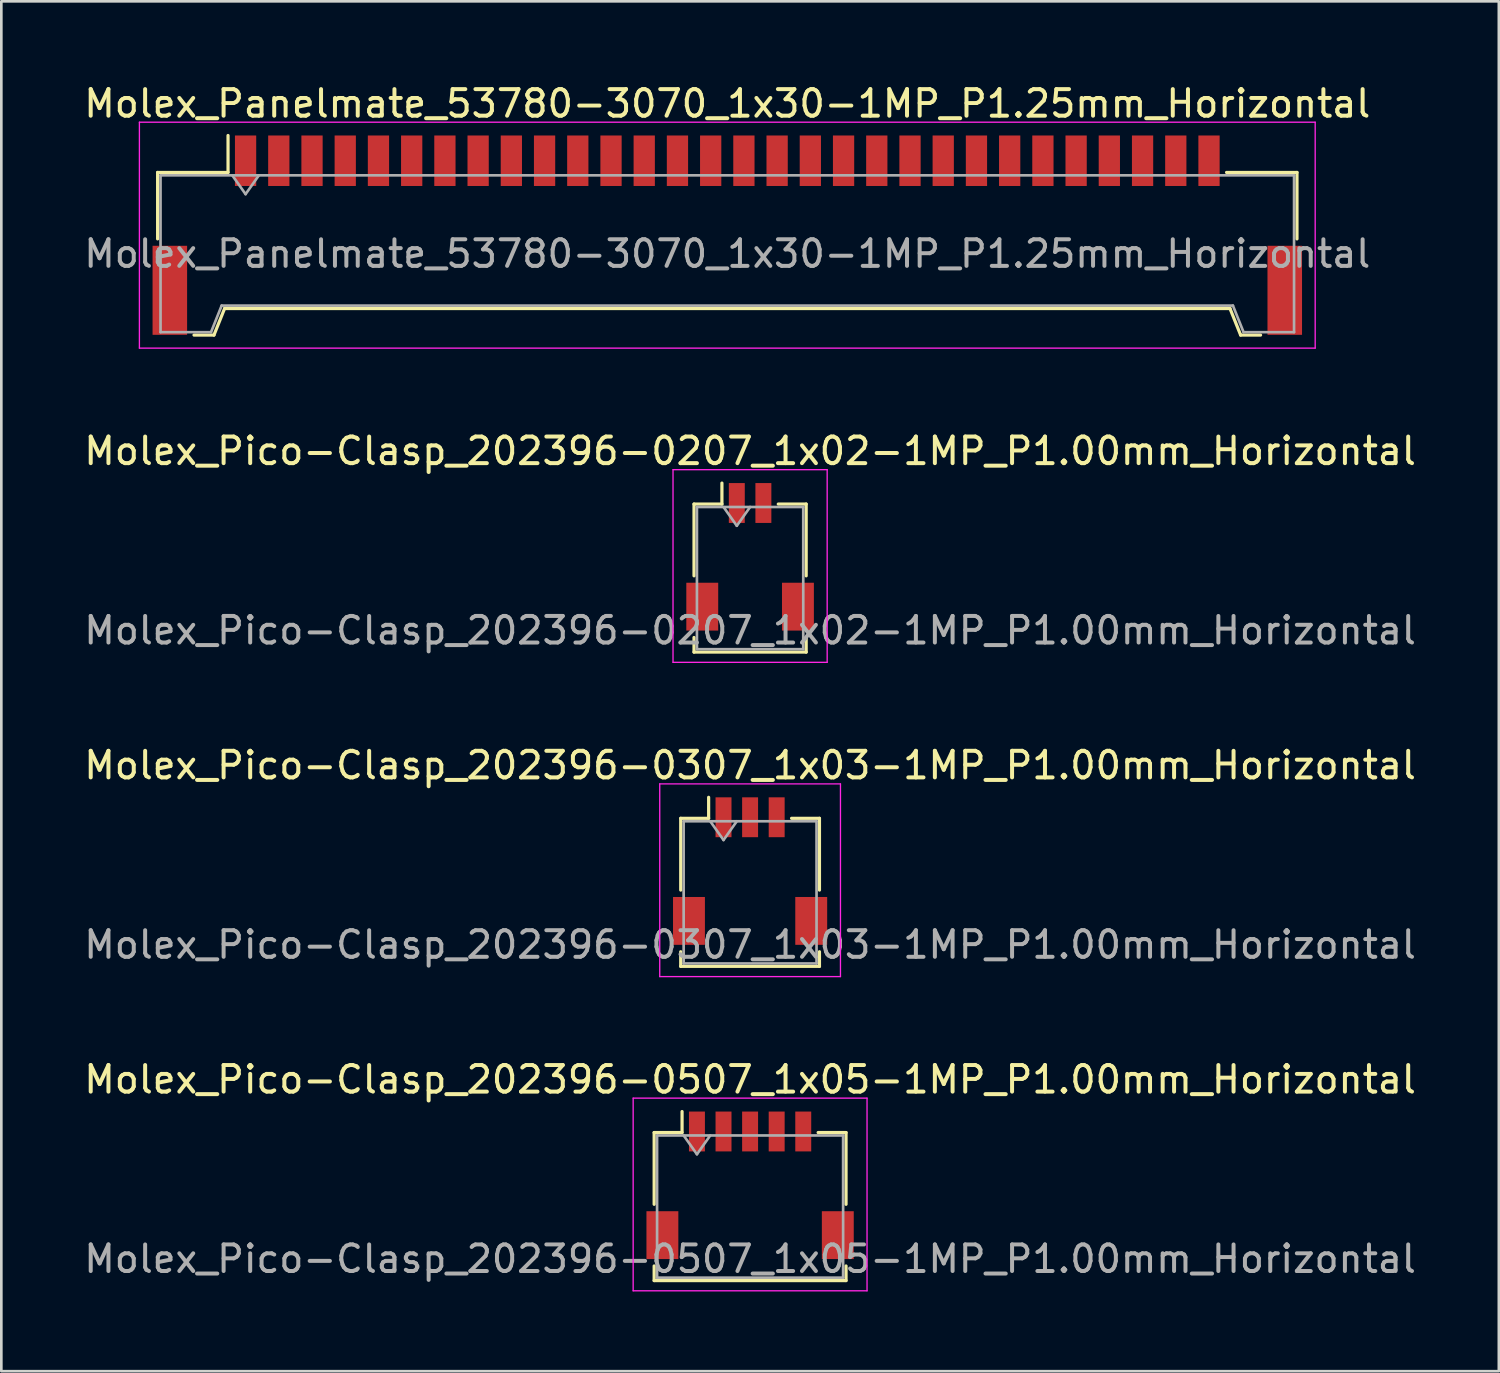
<source format=kicad_pcb>
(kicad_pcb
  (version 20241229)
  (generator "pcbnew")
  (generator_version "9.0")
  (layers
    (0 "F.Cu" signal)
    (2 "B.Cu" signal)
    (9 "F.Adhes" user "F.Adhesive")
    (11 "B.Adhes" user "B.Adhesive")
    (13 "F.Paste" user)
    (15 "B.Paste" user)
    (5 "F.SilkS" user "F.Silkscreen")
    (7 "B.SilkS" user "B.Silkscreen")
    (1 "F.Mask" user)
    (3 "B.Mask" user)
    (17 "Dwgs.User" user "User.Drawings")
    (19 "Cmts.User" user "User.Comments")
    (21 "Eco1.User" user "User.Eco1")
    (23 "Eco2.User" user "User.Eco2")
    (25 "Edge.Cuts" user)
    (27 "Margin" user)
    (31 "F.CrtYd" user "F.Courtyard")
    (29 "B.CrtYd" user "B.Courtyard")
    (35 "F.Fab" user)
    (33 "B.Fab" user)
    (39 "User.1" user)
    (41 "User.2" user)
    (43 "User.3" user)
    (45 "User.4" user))
  (footprint "Molex_Pico-Clasp_202396-0507_1x05-1MP_P1.00mm_Horizontal"
    (layer "F.Cu")
    (at 25.173 41.548)
    (property "Reference" "Molex_Pico-Clasp_202396-0507_1x05-1MP_P1.00mm_Horizontal" (at 0 -3.98 0) (layer "F.SilkS") (effects (font (size 1 1) (thickness 0.15))))
    (attr smd)
    (fp_line (start -3.61 -1.985) (end -2.56 -1.985) (stroke (width 0.12) (type solid)) (layer "F.SilkS"))
    (fp_line (start -3.61 0.715) (end -3.61 -1.985) (stroke (width 0.12) (type solid)) (layer "F.SilkS"))
    (fp_line (start -3.61 3.035) (end -3.61 3.585) (stroke (width 0.12) (type solid)) (layer "F.SilkS"))
    (fp_line (start -3.61 3.585) (end 3.61 3.585) (stroke (width 0.12) (type solid)) (layer "F.SilkS"))
    (fp_line (start -2.56 -1.985) (end -2.56 -2.775) (stroke (width 0.12) (type solid)) (layer "F.SilkS"))
    (fp_line (start 3.61 -1.985) (end 2.56 -1.985) (stroke (width 0.12) (type solid)) (layer "F.SilkS"))
    (fp_line (start 3.61 0.715) (end 3.61 -1.985) (stroke (width 0.12) (type solid)) (layer "F.SilkS"))
    (fp_line (start 3.61 3.585) (end 3.61 3.035) (stroke (width 0.12) (type solid)) (layer "F.SilkS"))
    (fp_line (start -4.4 -3.28) (end -4.4 3.97) (stroke (width 0.05) (type solid)) (layer "F.CrtYd"))
    (fp_line (start -4.4 3.97) (end 4.4 3.97) (stroke (width 0.05) (type solid)) (layer "F.CrtYd"))
    (fp_line (start 4.4 -3.28) (end -4.4 -3.28) (stroke (width 0.05) (type solid)) (layer "F.CrtYd"))
    (fp_line (start 4.4 3.97) (end 4.4 -3.28) (stroke (width 0.05) (type solid)) (layer "F.CrtYd"))
    (fp_line (start -3.5 -1.875) (end -3.5 3.475) (stroke (width 0.1) (type solid)) (layer "F.Fab"))
    (fp_line (start -3.5 -1.875) (end 3.5 -1.875) (stroke (width 0.1) (type solid)) (layer "F.Fab"))
    (fp_line (start -3.5 3.475) (end 3.5 3.475) (stroke (width 0.1) (type solid)) (layer "F.Fab"))
    (fp_line (start -2.5 -1.875) (end -2 -1.168) (stroke (width 0.1) (type solid)) (layer "F.Fab"))
    (fp_line (start -2 -1.168) (end -1.5 -1.875) (stroke (width 0.1) (type solid)) (layer "F.Fab"))
    (fp_line (start 3.5 -1.875) (end 3.5 3.475) (stroke (width 0.1) (type solid)) (layer "F.Fab"))
    (fp_text user "${REFERENCE}" (at 0 2.77 0) (layer "F.Fab") (effects (font (size 1 1) (thickness 0.15))))
    (pad "1" smd rect (at -2 -2.025) (size 0.6 1.5) (layers "F.Cu" "F.Mask" "F.Paste"))
    (pad "2" smd rect (at -1 -2.025) (size 0.6 1.5) (layers "F.Cu" "F.Mask" "F.Paste"))
    (pad "3" smd rect (at 0 -2.025) (size 0.6 1.5) (layers "F.Cu" "F.Mask" "F.Paste"))
    (pad "4" smd rect (at 1 -2.025) (size 0.6 1.5) (layers "F.Cu" "F.Mask" "F.Paste"))
    (pad "5" smd rect (at 2 -2.025) (size 0.6 1.5) (layers "F.Cu" "F.Mask" "F.Paste"))
    (pad "MP" smd rect (at -3.3 1.875) (size 1.2 1.8) (layers "F.Cu" "F.Mask" "F.Paste"))
    (pad "MP" smd rect (at 3.3 1.875) (size 1.2 1.8) (layers "F.Cu" "F.Mask" "F.Paste")))
  (footprint "Molex_Pico-Clasp_202396-0307_1x03-1MP_P1.00mm_Horizontal"
    (layer "F.Cu")
    (at 25.173 29.725)
    (property "Reference" "Molex_Pico-Clasp_202396-0307_1x03-1MP_P1.00mm_Horizontal" (at 0 -3.98 0) (layer "F.SilkS") (effects (font (size 1 1) (thickness 0.15))))
    (attr smd)
    (fp_line (start -2.61 -1.985) (end -1.56 -1.985) (stroke (width 0.12) (type solid)) (layer "F.SilkS"))
    (fp_line (start -2.61 0.715) (end -2.61 -1.985) (stroke (width 0.12) (type solid)) (layer "F.SilkS"))
    (fp_line (start -2.61 3.035) (end -2.61 3.585) (stroke (width 0.12) (type solid)) (layer "F.SilkS"))
    (fp_line (start -2.61 3.585) (end 2.61 3.585) (stroke (width 0.12) (type solid)) (layer "F.SilkS"))
    (fp_line (start -1.56 -1.985) (end -1.56 -2.775) (stroke (width 0.12) (type solid)) (layer "F.SilkS"))
    (fp_line (start 2.61 -1.985) (end 1.56 -1.985) (stroke (width 0.12) (type solid)) (layer "F.SilkS"))
    (fp_line (start 2.61 0.715) (end 2.61 -1.985) (stroke (width 0.12) (type solid)) (layer "F.SilkS"))
    (fp_line (start 2.61 3.585) (end 2.61 3.035) (stroke (width 0.12) (type solid)) (layer "F.SilkS"))
    (fp_line (start -3.4 -3.28) (end -3.4 3.97) (stroke (width 0.05) (type solid)) (layer "F.CrtYd"))
    (fp_line (start -3.4 3.97) (end 3.4 3.97) (stroke (width 0.05) (type solid)) (layer "F.CrtYd"))
    (fp_line (start 3.4 -3.28) (end -3.4 -3.28) (stroke (width 0.05) (type solid)) (layer "F.CrtYd"))
    (fp_line (start 3.4 3.97) (end 3.4 -3.28) (stroke (width 0.05) (type solid)) (layer "F.CrtYd"))
    (fp_line (start -2.5 -1.875) (end -2.5 3.475) (stroke (width 0.1) (type solid)) (layer "F.Fab"))
    (fp_line (start -2.5 -1.875) (end 2.5 -1.875) (stroke (width 0.1) (type solid)) (layer "F.Fab"))
    (fp_line (start -2.5 3.475) (end 2.5 3.475) (stroke (width 0.1) (type solid)) (layer "F.Fab"))
    (fp_line (start -1.5 -1.875) (end -1 -1.168) (stroke (width 0.1) (type solid)) (layer "F.Fab"))
    (fp_line (start -1 -1.168) (end -0.5 -1.875) (stroke (width 0.1) (type solid)) (layer "F.Fab"))
    (fp_line (start 2.5 -1.875) (end 2.5 3.475) (stroke (width 0.1) (type solid)) (layer "F.Fab"))
    (fp_text user "${REFERENCE}" (at 0 2.77 0) (layer "F.Fab") (effects (font (size 1 1) (thickness 0.15))))
    (pad "1" smd rect (at -1 -2.025) (size 0.6 1.5) (layers "F.Cu" "F.Mask" "F.Paste"))
    (pad "2" smd rect (at 0 -2.025) (size 0.6 1.5) (layers "F.Cu" "F.Mask" "F.Paste"))
    (pad "3" smd rect (at 1 -2.025) (size 0.6 1.5) (layers "F.Cu" "F.Mask" "F.Paste"))
    (pad "MP" smd rect (at -2.3 1.875) (size 1.2 1.8) (layers "F.Cu" "F.Mask" "F.Paste"))
    (pad "MP" smd rect (at 2.3 1.875) (size 1.2 1.8) (layers "F.Cu" "F.Mask" "F.Paste")))
  (footprint "Molex_Pico-Clasp_202396-0207_1x02-1MP_P1.00mm_Horizontal"
    (layer "F.Cu")
    (at 25.173 17.901)
    (property "Reference" "Molex_Pico-Clasp_202396-0207_1x02-1MP_P1.00mm_Horizontal" (at 0 -3.98 0) (layer "F.SilkS") (effects (font (size 1 1) (thickness 0.15))))
    (attr smd)
    (fp_line (start -2.11 -1.985) (end -1.06 -1.985) (stroke (width 0.12) (type solid)) (layer "F.SilkS"))
    (fp_line (start -2.11 0.715) (end -2.11 -1.985) (stroke (width 0.12) (type solid)) (layer "F.SilkS"))
    (fp_line (start -2.11 3.035) (end -2.11 3.585) (stroke (width 0.12) (type solid)) (layer "F.SilkS"))
    (fp_line (start -2.11 3.585) (end 2.11 3.585) (stroke (width 0.12) (type solid)) (layer "F.SilkS"))
    (fp_line (start -1.06 -1.985) (end -1.06 -2.775) (stroke (width 0.12) (type solid)) (layer "F.SilkS"))
    (fp_line (start 2.11 -1.985) (end 1.06 -1.985) (stroke (width 0.12) (type solid)) (layer "F.SilkS"))
    (fp_line (start 2.11 0.715) (end 2.11 -1.985) (stroke (width 0.12) (type solid)) (layer "F.SilkS"))
    (fp_line (start 2.11 3.585) (end 2.11 3.035) (stroke (width 0.12) (type solid)) (layer "F.SilkS"))
    (fp_line (start -2.9 -3.28) (end -2.9 3.97) (stroke (width 0.05) (type solid)) (layer "F.CrtYd"))
    (fp_line (start -2.9 3.97) (end 2.9 3.97) (stroke (width 0.05) (type solid)) (layer "F.CrtYd"))
    (fp_line (start 2.9 -3.28) (end -2.9 -3.28) (stroke (width 0.05) (type solid)) (layer "F.CrtYd"))
    (fp_line (start 2.9 3.97) (end 2.9 -3.28) (stroke (width 0.05) (type solid)) (layer "F.CrtYd"))
    (fp_line (start -2 -1.875) (end -2 3.475) (stroke (width 0.1) (type solid)) (layer "F.Fab"))
    (fp_line (start -2 -1.875) (end 2 -1.875) (stroke (width 0.1) (type solid)) (layer "F.Fab"))
    (fp_line (start -2 3.475) (end 2 3.475) (stroke (width 0.1) (type solid)) (layer "F.Fab"))
    (fp_line (start -1 -1.875) (end -0.5 -1.168) (stroke (width 0.1) (type solid)) (layer "F.Fab"))
    (fp_line (start -0.5 -1.168) (end 0 -1.875) (stroke (width 0.1) (type solid)) (layer "F.Fab"))
    (fp_line (start 2 -1.875) (end 2 3.475) (stroke (width 0.1) (type solid)) (layer "F.Fab"))
    (fp_text user "${REFERENCE}" (at 0 2.77 0) (layer "F.Fab") (effects (font (size 1 1) (thickness 0.15))))
    (pad "1" smd rect (at -0.5 -2.025) (size 0.6 1.5) (layers "F.Cu" "F.Mask" "F.Paste"))
    (pad "2" smd rect (at 0.5 -2.025) (size 0.6 1.5) (layers "F.Cu" "F.Mask" "F.Paste"))
    (pad "MP" smd rect (at -1.8 1.875) (size 1.2 1.8) (layers "F.Cu" "F.Mask" "F.Paste"))
    (pad "MP" smd rect (at 1.8 1.875) (size 1.2 1.8) (layers "F.Cu" "F.Mask" "F.Paste")))
  (footprint "Molex_Panelmate_53780-3070_1x30-1MP_P1.25mm_Horizontal"
    (layer "F.Cu")
    (at 24.315 5.798)
    (property "Reference" "Molex_Panelmate_53780-3070_1x30-1MP_P1.25mm_Horizontal" (at 0 -4.95 0) (layer "F.SilkS") (effects (font (size 1 1) (thickness 0.15))))
    (attr smd)
    (fp_line (start -21.435 -2.36) (end -18.785 -2.36) (stroke (width 0.12) (type solid)) (layer "F.SilkS"))
    (fp_line (start -21.435 0.14) (end -21.435 -2.36) (stroke (width 0.12) (type solid)) (layer "F.SilkS"))
    (fp_line (start -20.065 3.76) (end -19.315 3.76) (stroke (width 0.12) (type solid)) (layer "F.SilkS"))
    (fp_line (start -19.315 3.76) (end -18.915 2.76) (stroke (width 0.12) (type solid)) (layer "F.SilkS"))
    (fp_line (start -18.915 2.76) (end 18.915 2.76) (stroke (width 0.12) (type solid)) (layer "F.SilkS"))
    (fp_line (start -18.785 -2.36) (end -18.785 -3.75) (stroke (width 0.12) (type solid)) (layer "F.SilkS"))
    (fp_line (start 18.915 2.76) (end 19.315 3.76) (stroke (width 0.12) (type solid)) (layer "F.SilkS"))
    (fp_line (start 19.315 3.76) (end 20.065 3.76) (stroke (width 0.12) (type solid)) (layer "F.SilkS"))
    (fp_line (start 21.435 -2.36) (end 18.785 -2.36) (stroke (width 0.12) (type solid)) (layer "F.SilkS"))
    (fp_line (start 21.435 0.14) (end 21.435 -2.36) (stroke (width 0.12) (type solid)) (layer "F.SilkS"))
    (fp_line (start -22.12 -4.25) (end -22.12 4.25) (stroke (width 0.05) (type solid)) (layer "F.CrtYd"))
    (fp_line (start -22.12 4.25) (end 22.12 4.25) (stroke (width 0.05) (type solid)) (layer "F.CrtYd"))
    (fp_line (start 22.12 -4.25) (end -22.12 -4.25) (stroke (width 0.05) (type solid)) (layer "F.CrtYd"))
    (fp_line (start 22.12 4.25) (end 22.12 -4.25) (stroke (width 0.05) (type solid)) (layer "F.CrtYd"))
    (fp_line (start -21.325 -2.25) (end -21.325 3.65) (stroke (width 0.1) (type solid)) (layer "F.Fab"))
    (fp_line (start -21.325 -2.25) (end 21.325 -2.25) (stroke (width 0.1) (type solid)) (layer "F.Fab"))
    (fp_line (start -21.325 3.65) (end -19.425 3.65) (stroke (width 0.1) (type solid)) (layer "F.Fab"))
    (fp_line (start -19.425 3.65) (end -19.025 2.65) (stroke (width 0.1) (type solid)) (layer "F.Fab"))
    (fp_line (start -19.025 2.65) (end 19.025 2.65) (stroke (width 0.1) (type solid)) (layer "F.Fab"))
    (fp_line (start -18.625 -2.25) (end -18.125 -1.543) (stroke (width 0.1) (type solid)) (layer "F.Fab"))
    (fp_line (start -18.125 -1.543) (end -17.625 -2.25) (stroke (width 0.1) (type solid)) (layer "F.Fab"))
    (fp_line (start 19.025 2.65) (end 19.425 3.65) (stroke (width 0.1) (type solid)) (layer "F.Fab"))
    (fp_line (start 19.425 3.65) (end 21.325 3.65) (stroke (width 0.1) (type solid)) (layer "F.Fab"))
    (fp_line (start 21.325 -2.25) (end 21.325 3.65) (stroke (width 0.1) (type solid)) (layer "F.Fab"))
    (fp_text user "${REFERENCE}" (at 0 0.7 0) (layer "F.Fab") (effects (font (size 1 1) (thickness 0.15))))
    (pad "1" smd rect (at -18.125 -2.8) (size 0.8 1.9) (layers "F.Cu" "F.Mask" "F.Paste"))
    (pad "2" smd rect (at -16.875 -2.8) (size 0.8 1.9) (layers "F.Cu" "F.Mask" "F.Paste"))
    (pad "3" smd rect (at -15.625 -2.8) (size 0.8 1.9) (layers "F.Cu" "F.Mask" "F.Paste"))
    (pad "4" smd rect (at -14.375 -2.8) (size 0.8 1.9) (layers "F.Cu" "F.Mask" "F.Paste"))
    (pad "5" smd rect (at -13.125 -2.8) (size 0.8 1.9) (layers "F.Cu" "F.Mask" "F.Paste"))
    (pad "6" smd rect (at -11.875 -2.8) (size 0.8 1.9) (layers "F.Cu" "F.Mask" "F.Paste"))
    (pad "7" smd rect (at -10.625 -2.8) (size 0.8 1.9) (layers "F.Cu" "F.Mask" "F.Paste"))
    (pad "8" smd rect (at -9.375 -2.8) (size 0.8 1.9) (layers "F.Cu" "F.Mask" "F.Paste"))
    (pad "9" smd rect (at -8.125 -2.8) (size 0.8 1.9) (layers "F.Cu" "F.Mask" "F.Paste"))
    (pad "10" smd rect (at -6.875 -2.8) (size 0.8 1.9) (layers "F.Cu" "F.Mask" "F.Paste"))
    (pad "11" smd rect (at -5.625 -2.8) (size 0.8 1.9) (layers "F.Cu" "F.Mask" "F.Paste"))
    (pad "12" smd rect (at -4.375 -2.8) (size 0.8 1.9) (layers "F.Cu" "F.Mask" "F.Paste"))
    (pad "13" smd rect (at -3.125 -2.8) (size 0.8 1.9) (layers "F.Cu" "F.Mask" "F.Paste"))
    (pad "14" smd rect (at -1.875 -2.8) (size 0.8 1.9) (layers "F.Cu" "F.Mask" "F.Paste"))
    (pad "15" smd rect (at -0.625 -2.8) (size 0.8 1.9) (layers "F.Cu" "F.Mask" "F.Paste"))
    (pad "16" smd rect (at 0.625 -2.8) (size 0.8 1.9) (layers "F.Cu" "F.Mask" "F.Paste"))
    (pad "17" smd rect (at 1.875 -2.8) (size 0.8 1.9) (layers "F.Cu" "F.Mask" "F.Paste"))
    (pad "18" smd rect (at 3.125 -2.8) (size 0.8 1.9) (layers "F.Cu" "F.Mask" "F.Paste"))
    (pad "19" smd rect (at 4.375 -2.8) (size 0.8 1.9) (layers "F.Cu" "F.Mask" "F.Paste"))
    (pad "20" smd rect (at 5.625 -2.8) (size 0.8 1.9) (layers "F.Cu" "F.Mask" "F.Paste"))
    (pad "21" smd rect (at 6.875 -2.8) (size 0.8 1.9) (layers "F.Cu" "F.Mask" "F.Paste"))
    (pad "22" smd rect (at 8.125 -2.8) (size 0.8 1.9) (layers "F.Cu" "F.Mask" "F.Paste"))
    (pad "23" smd rect (at 9.375 -2.8) (size 0.8 1.9) (layers "F.Cu" "F.Mask" "F.Paste"))
    (pad "24" smd rect (at 10.625 -2.8) (size 0.8 1.9) (layers "F.Cu" "F.Mask" "F.Paste"))
    (pad "25" smd rect (at 11.875 -2.8) (size 0.8 1.9) (layers "F.Cu" "F.Mask" "F.Paste"))
    (pad "26" smd rect (at 13.125 -2.8) (size 0.8 1.9) (layers "F.Cu" "F.Mask" "F.Paste"))
    (pad "27" smd rect (at 14.375 -2.8) (size 0.8 1.9) (layers "F.Cu" "F.Mask" "F.Paste"))
    (pad "28" smd rect (at 15.625 -2.8) (size 0.8 1.9) (layers "F.Cu" "F.Mask" "F.Paste"))
    (pad "29" smd rect (at 16.875 -2.8) (size 0.8 1.9) (layers "F.Cu" "F.Mask" "F.Paste"))
    (pad "30" smd rect (at 18.125 -2.8) (size 0.8 1.9) (layers "F.Cu" "F.Mask" "F.Paste"))
    (pad "MP" smd rect (at -20.975 2.075) (size 1.3 3.35) (layers "F.Cu" "F.Mask" "F.Paste"))
    (pad "MP" smd rect (at 20.975 2.075) (size 1.3 3.35) (layers "F.Cu" "F.Mask" "F.Paste")))
  (gr_rect
    (start -3 -3)
    (end 53.345 48.543)
    (stroke (width 0.1) (type default))
    (fill no)
    (layer "Edge.Cuts")))
</source>
